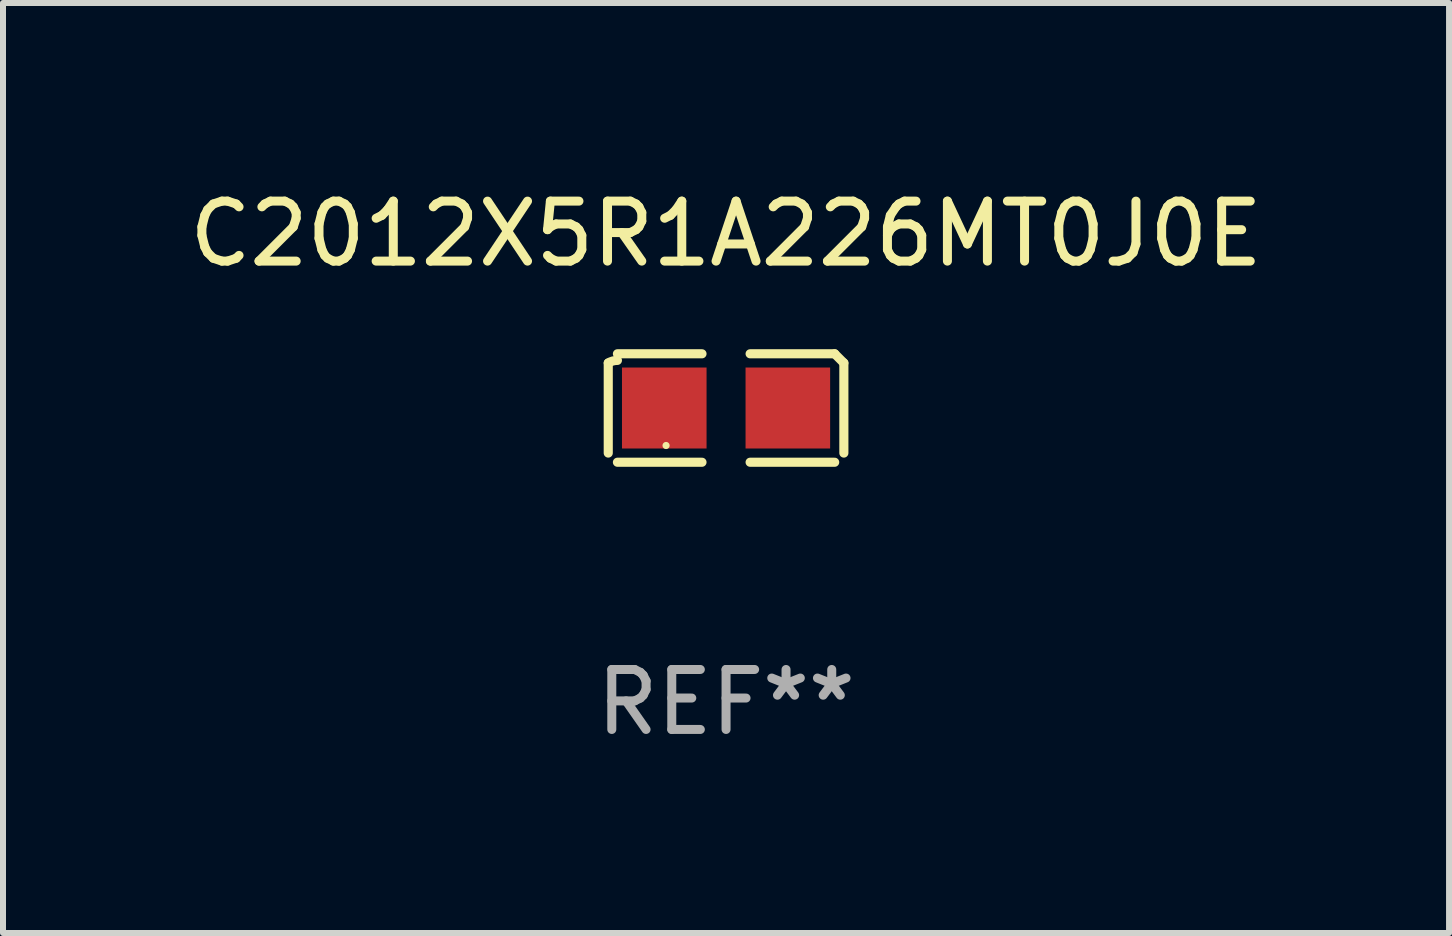
<source format=kicad_pcb>
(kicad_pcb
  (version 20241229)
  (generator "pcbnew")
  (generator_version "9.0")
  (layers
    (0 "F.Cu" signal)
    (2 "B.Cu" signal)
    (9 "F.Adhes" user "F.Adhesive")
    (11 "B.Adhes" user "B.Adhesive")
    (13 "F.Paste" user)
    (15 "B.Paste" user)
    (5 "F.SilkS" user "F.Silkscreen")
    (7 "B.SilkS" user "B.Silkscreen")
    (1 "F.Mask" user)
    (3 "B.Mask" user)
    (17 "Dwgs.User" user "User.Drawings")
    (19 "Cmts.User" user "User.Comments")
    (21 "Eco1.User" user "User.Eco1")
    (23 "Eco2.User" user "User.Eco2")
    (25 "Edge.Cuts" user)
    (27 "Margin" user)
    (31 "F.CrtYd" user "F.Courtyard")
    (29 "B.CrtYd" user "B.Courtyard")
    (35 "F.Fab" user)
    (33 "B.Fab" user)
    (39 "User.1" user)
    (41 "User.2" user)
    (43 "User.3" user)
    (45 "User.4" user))
  (footprint "C2012X5R1A226MT0J0E"
    (layer "F.Cu")
    (at 9.054 3.752)
    (property "Reference" "C2012X5R1A226MT0J0E" (at 0 -2.904 0) (layer "F.SilkS") (effects (font (size 1 1) (thickness 0.15))))
    (attr through_hole)
    (fp_line (start -1.964 0.751) (end -1.964 -0.751) (stroke (width 0.152) (type solid)) (layer "F.SilkS"))
    (fp_line (start -1.811 -0.904) (end -0.401 -0.904) (stroke (width 0.152) (type solid)) (layer "F.SilkS"))
    (fp_line (start -0.401 0.904) (end -1.811 0.904) (stroke (width 0.152) (type solid)) (layer "F.SilkS"))
    (fp_line (start 0.401 0.904) (end 1.811 0.904) (stroke (width 0.152) (type solid)) (layer "F.SilkS"))
    (fp_line (start 1.811 -0.904) (end 0.401 -0.904) (stroke (width 0.152) (type solid)) (layer "F.SilkS"))
    (fp_line (start 1.964 0.751) (end 1.964 -0.751) (stroke (width 0.152) (type solid)) (layer "F.SilkS"))
    (fp_arc (start -1.963602 -0.751207) (mid -1.890354 -0.783131) (end -1.811201 -0.794044) (stroke (width 0.1524) (type solid)) (layer "F.SilkS"))
    (fp_arc (start 1.811202 -0.903607) (mid 1.887413 -0.827418) (end 1.963602 -0.751207) (stroke (width 0.1524) (type solid)) (layer "F.SilkS"))
    (fp_circle (center -1 0.625) (end -0.97 0.625) (stroke (width 0.06) (type solid)) (fill no) (layer "F.SilkS"))
    (fp_text user "REF**" (at 0 4.904 0) (layer "F.Fab") (effects (font (size 1 1) (thickness 0.15))))
    (pad "1" smd rect (at -1.03 0) (size 1.41 1.35) (layers "F.Cu" "F.Mask" "F.Paste"))
    (pad "2" smd rect (at 1.03 0) (size 1.41 1.35) (layers "F.Cu" "F.Mask" "F.Paste")))
  (gr_rect
    (start -3 -3)
    (end 21.107 12.504)
    (stroke (width 0.1) (type default))
    (fill no)
    (layer "Edge.Cuts")))
</source>
